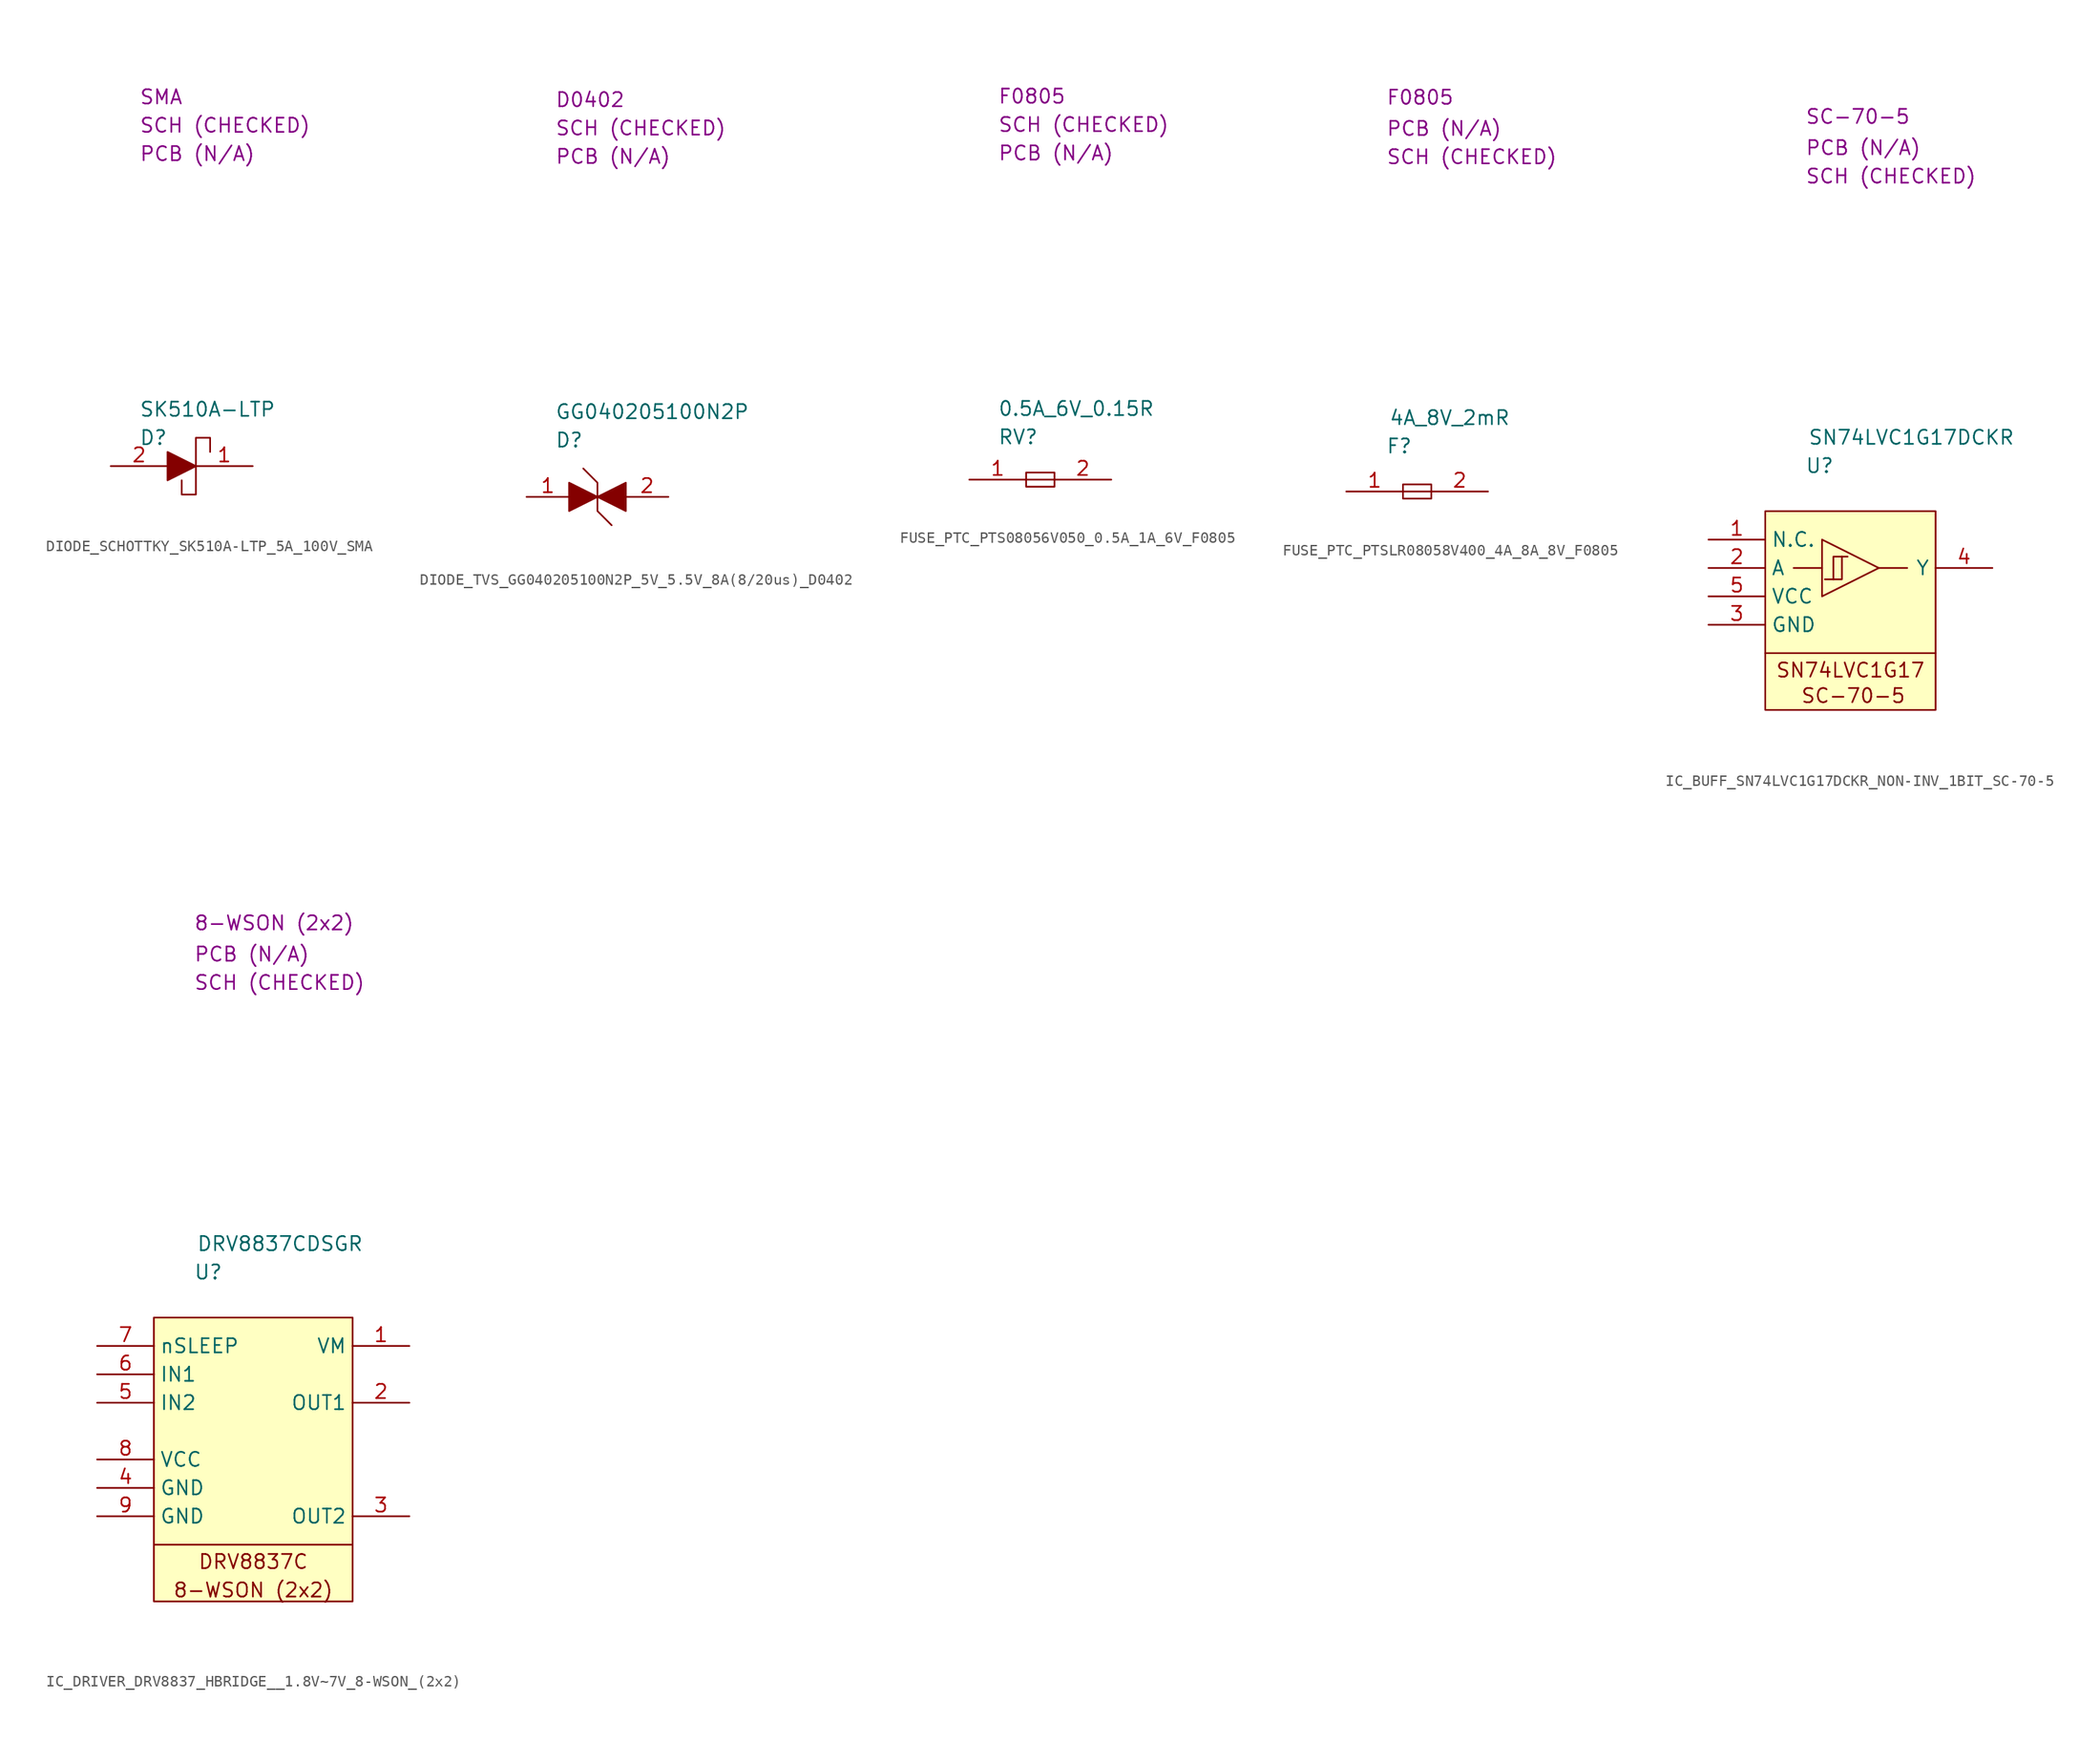
<source format=kicad_sym>
(kicad_symbol_lib
  (version 20231120)
  (generator "kicad_symbol_editor")
  (generator_version "8.0")
  (symbol "DIODE_SCHOTTKY_SK510A-LTP_5A_100V_SMA"
    (property "Reference" "D"
      (at 2.54 2.54 0)
      (effects (font (size 1.27 1.27)) (justify left)))
    (property "Value" "SK510A-LTP"
      (at 2.54 5.08 0)
      (effects (font (size 1.27 1.27)) (justify left)))
    (property "Package" "SMA"
      (at 2.54 33.02 0)
      (effects (font (size 1.27 1.27)) (justify left)))
    (property "SCH CHECK" "SCH (CHECKED)"
      (at 2.54 30.48 0)
      (effects (font (size 1.27 1.27)) (justify left)))
    (property "PCB CHECk" "PCB (N/A)"
      (at 2.54 27.94 0)
      (effects (font (size 1.27 1.27)) (justify left)))
    (symbol "DIODE_SCHOTTKY_SK510A-LTP_5A_100V_SMA_0_1"
      (polyline (pts (xy 5.08 1.27) (xy 5.08 -1.27) (xy 7.62 0) (xy 5.08 1.27)) (stroke (width 0) (type default)) (fill (type outline)))
      (polyline (pts (xy 8.89 1.27) (xy 8.89 2.54) (xy 7.62 2.54) (xy 7.62 -2.54) (xy 6.35 -2.54) (xy 6.35 -1.27)) (stroke (width 0) (type default)) (fill (type none))))
    (symbol "DIODE_SCHOTTKY_SK510A-LTP_5A_100V_SMA_1_1"
      (pin passive line (at 12.7 0 180) (length 5.08) (name "" (effects (font (size 1.27 1.27)))) (number "1" (effects (font (size 1.27 1.27)))))
      (pin passive line (at 0 0 0) (length 5.08) (name "" (effects (font (size 1.27 1.27)))) (number "2" (effects (font (size 1.27 1.27)))))))
  (symbol "DIODE_TVS_GG040205100N2P_5V_5.5V_8A(8/20us)_D0402"
    (property "Reference" "D"
      (at 2.54 5.08 0)
      (effects (font (size 1.27 1.27)) (justify left)))
    (property "Value" "GG040205100N2P"
      (at 2.54 7.62 0)
      (effects (font (size 1.27 1.27)) (justify left)))
    (property "Package" "D0402"
      (at 2.54 35.56 0)
      (effects (font (size 1.27 1.27)) (justify left)))
    (property "SCH CHECK" "SCH (CHECKED)"
      (at 2.54 33.02 0)
      (effects (font (size 1.27 1.27)) (justify left)))
    (property "PCB CHECk" "PCB (N/A)"
      (at 2.54 30.48 0)
      (effects (font (size 1.27 1.27)) (justify left)))
    (symbol "DIODE_TVS_GG040205100N2P_5V_5.5V_8A(8/20us)_D0402_0_1"
      (polyline (pts (xy 3.81 1.27) (xy 3.81 -1.27) (xy 6.35 0) (xy 3.81 1.27)) (stroke (width 0) (type default)) (fill (type outline)))
      (polyline (pts (xy 5.08 2.54) (xy 6.35 1.27) (xy 6.35 -1.27) (xy 7.62 -2.54)) (stroke (width 0) (type default)) (fill (type none)))
      (polyline (pts (xy 8.89 -1.27) (xy 8.89 1.27) (xy 6.35 0) (xy 8.89 -1.27)) (stroke (width 0) (type default)) (fill (type outline))))
    (symbol "DIODE_TVS_GG040205100N2P_5V_5.5V_8A(8/20us)_D0402_1_1"
      (pin passive line (at 0 0 0) (length 3.81) (name "" (effects (font (size 1.27 1.27)))) (number "1" (effects (font (size 1.27 1.27)))))
      (pin passive line (at 12.7 0 180) (length 3.81) (name "" (effects (font (size 1.27 1.27)))) (number "2" (effects (font (size 1.27 1.27)))))))
  (symbol "FUSE_PTC_PTS08056V050_0.5A_1A_6V_F0805"
    (property "Reference" "RV"
      (at 2.54 3.81 0)
      (effects (font (size 1.27 1.27)) (justify left)))
    (property "Value" "0.5A_6V_0.15R"
      (at 2.54 6.35 0)
      (effects (font (size 1.27 1.27)) (justify left)))
    (property "Package" "F0805"
      (at 2.54 34.29 0)
      (effects (font (size 1.27 1.27)) (justify left)))
    (property "SCH CHECK" "SCH (CHECKED)"
      (at 2.54 31.75 0)
      (effects (font (size 1.27 1.27)) (justify left)))
    (property "PCB CHECk" "PCB (N/A)"
      (at 2.54 29.21 0)
      (effects (font (size 1.27 1.27)) (justify left)))
    (symbol "FUSE_PTC_PTS08056V050_0.5A_1A_6V_F0805_0_1"
      (polyline (pts (xy 5.08 0) (xy 7.62 0)) (stroke (width 0) (type default)) (fill (type none)))
      (polyline (pts (xy 5.08 0.635) (xy 7.62 0.635) (xy 7.62 -0.635) (xy 5.08 -0.635) (xy 5.08 0.635)) (stroke (width 0) (type default)) (fill (type none))))
    (symbol "FUSE_PTC_PTS08056V050_0.5A_1A_6V_F0805_1_1"
      (pin passive line (at 0 0 0) (length 5.08) (name "" (effects (font (size 1.27 1.27)))) (number "1" (effects (font (size 1.27 1.27)))))
      (pin passive line (at 12.7 0 180) (length 5.08) (name "" (effects (font (size 1.27 1.27)))) (number "2" (effects (font (size 1.27 1.27)))))))
  (symbol "FUSE_PTC_PTSLR08058V400_4A_8A_8V_F0805"
    (property "Reference" "F"
      (at 3.556 4.064 0)
      (effects (font (size 1.27 1.27)) (justify left)))
    (property "Value" "4A_8V_2mR"
      (at 3.81 6.604 0)
      (effects (font (size 1.27 1.27)) (justify left)))
    (property "Package" "F0805"
      (at 3.556 35.306 0)
      (effects (font (size 1.27 1.27)) (justify left)))
    (property "SCH CHECK" "SCH (CHECKED)"
      (at 3.556 29.972 0)
      (effects (font (size 1.27 1.27)) (justify left)))
    (property "PCB CHECK" "PCB (N/A)"
      (at 3.556 32.512 0)
      (effects (font (size 1.27 1.27)) (justify left)))
    (symbol "FUSE_PTC_PTSLR08058V400_4A_8A_8V_F0805_0_1"
      (polyline (pts (xy 5.08 0) (xy 7.62 0)) (stroke (width 0) (type default)) (fill (type none)))
      (polyline (pts (xy 5.08 0.635) (xy 7.62 0.635) (xy 7.62 -0.635) (xy 5.08 -0.635) (xy 5.08 0.635)) (stroke (width 0) (type default)) (fill (type none))))
    (symbol "FUSE_PTC_PTSLR08058V400_4A_8A_8V_F0805_1_1"
      (pin passive line (at 0 0 0) (length 5.08) (name "" (effects (font (size 1.27 1.27)))) (number "1" (effects (font (size 1.27 1.27)))))
      (pin passive line (at 12.7 0 180) (length 5.08) (name "" (effects (font (size 1.27 1.27)))) (number "2" (effects (font (size 1.27 1.27)))))))
  (symbol "IC_BUFF_SN74LVC1G17DCKR_NON-INV_1BIT_SC-70-5"
    (property "Reference" "U"
      (at 3.556 4.064 0)
      (effects (font (size 1.27 1.27)) (justify left)))
    (property "Value" "SN74LVC1G17DCKR"
      (at 3.81 6.604 0)
      (effects (font (size 1.27 1.27)) (justify left)))
    (property "Package" "SC-70-5"
      (at 3.556 35.306 0)
      (effects (font (size 1.27 1.27)) (justify left)))
    (property "SCH CHECK" "SCH (CHECKED)"
      (at 3.556 29.972 0)
      (effects (font (size 1.27 1.27)) (justify left)))
    (property "PCB CHECK" "PCB (N/A)"
      (at 3.556 32.512 0)
      (effects (font (size 1.27 1.27)) (justify left)))
    (symbol "IC_BUFF_SN74LVC1G17DCKR_NON-INV_1BIT_SC-70-5_1_1"
      (polyline (pts (xy 0 -12.7) (xy 15.24 -12.7)) (stroke (width 0) (type default)) (fill (type none)))
      (polyline (pts (xy 5.08 -5.08) (xy 2.54 -5.08)) (stroke (width 0) (type default)) (fill (type none)))
      (polyline (pts (xy 10.16 -5.08) (xy 12.7 -5.08)) (stroke (width 0) (type default)) (fill (type none)))
      (polyline (pts (xy 6.096 -6.096) (xy 6.858 -6.096) (xy 6.858 -4.064)) (stroke (width 0) (type default)) (fill (type none)))
      (polyline (pts (xy 5.08 -2.54) (xy 5.08 -7.62) (xy 10.16 -5.08) (xy 5.08 -2.54)) (stroke (width 0) (type default)) (fill (type none)))
      (polyline (pts (xy 7.366 -4.064) (xy 6.096 -4.064) (xy 6.096 -6.096) (xy 5.334 -6.096)) (stroke (width 0) (type default)) (fill (type none)))
      (rectangle (start 0 0) (end 15.24 -17.78) (stroke (width 0) (type default)) (fill (type background)))
      (text "SC-70-5" (at 7.874 -16.51 0) (effects (font (size 1.27 1.27))))
      (text "SN74LVC1G17" (at 7.62 -14.224 0) (effects (font (size 1.27 1.27))))
      (pin passive line (at -5.08 -2.54 0) (length 5.08) (name "N.C." (effects (font (size 1.27 1.27)))) (number "1" (effects (font (size 1.27 1.27)))))
      (pin passive line (at -5.08 -5.08 0) (length 5.08) (name "A" (effects (font (size 1.27 1.27)))) (number "2" (effects (font (size 1.27 1.27)))))
      (pin passive line (at -5.08 -10.16 0) (length 5.08) (name "GND" (effects (font (size 1.27 1.27)))) (number "3" (effects (font (size 1.27 1.27)))))
      (pin passive line (at 20.32 -5.08 180) (length 5.08) (name "Y" (effects (font (size 1.27 1.27)))) (number "4" (effects (font (size 1.27 1.27)))))
      (pin passive line (at -5.08 -7.62 0) (length 5.08) (name "VCC" (effects (font (size 1.27 1.27)))) (number "5" (effects (font (size 1.27 1.27)))))))
  (symbol "IC_DRIVER_DRV8837_HBRIDGE__1.8V~7V_8-WSON_(2x2)"
    (property "Reference" "U"
      (at 3.556 4.064 0)
      (effects (font (size 1.27 1.27)) (justify left)))
    (property "Value" "DRV8837CDSGR"
      (at 3.81 6.604 0)
      (effects (font (size 1.27 1.27)) (justify left)))
    (property "Package" "8-WSON (2x2) "
      (at 3.556 35.306 0)
      (effects (font (size 1.27 1.27)) (justify left)))
    (property "SCH CHECK" "SCH (CHECKED)"
      (at 3.556 29.972 0)
      (effects (font (size 1.27 1.27)) (justify left)))
    (property "PCB CHECK" "PCB (N/A)"
      (at 3.556 32.512 0)
      (effects (font (size 1.27 1.27)) (justify left)))
    (symbol "IC_DRIVER_DRV8837_HBRIDGE__1.8V~7V_8-WSON_(2x2)_1_1"
      (polyline (pts (xy 0 -20.32) (xy 17.78 -20.32)) (stroke (width 0) (type default)) (fill (type none)))
      (rectangle (start 0 0) (end 17.78 -25.4) (stroke (width 0) (type default)) (fill (type background)))
      (text "8-WSON (2x2)" (at 8.89 -24.384 0) (effects (font (size 1.27 1.27))))
      (text "DRV8837C" (at 8.89 -21.844 0) (effects (font (size 1.27 1.27))))
      (pin passive line (at 22.86 -2.54 180) (length 5.08) (name "VM" (effects (font (size 1.27 1.27)))) (number "1" (effects (font (size 1.27 1.27)))))
      (pin passive line (at 22.86 -7.62 180) (length 5.08) (name "OUT1" (effects (font (size 1.27 1.27)))) (number "2" (effects (font (size 1.27 1.27)))))
      (pin passive line (at 22.86 -17.78 180) (length 5.08) (name "OUT2" (effects (font (size 1.27 1.27)))) (number "3" (effects (font (size 1.27 1.27)))))
      (pin passive line (at -5.08 -15.24 0) (length 5.08) (name "GND" (effects (font (size 1.27 1.27)))) (number "4" (effects (font (size 1.27 1.27)))))
      (pin passive line (at -5.08 -7.62 0) (length 5.08) (name "IN2" (effects (font (size 1.27 1.27)))) (number "5" (effects (font (size 1.27 1.27)))))
      (pin passive line (at -5.08 -5.08 0) (length 5.08) (name "IN1" (effects (font (size 1.27 1.27)))) (number "6" (effects (font (size 1.27 1.27)))))
      (pin passive line (at -5.08 -2.54 0) (length 5.08) (name "nSLEEP" (effects (font (size 1.27 1.27)))) (number "7" (effects (font (size 1.27 1.27)))))
      (pin passive line (at -5.08 -12.7 0) (length 5.08) (name "VCC" (effects (font (size 1.27 1.27)))) (number "8" (effects (font (size 1.27 1.27)))))
      (pin passive line (at -5.08 -17.78 0) (length 5.08) (name "GND" (effects (font (size 1.27 1.27)))) (number "9" (effects (font (size 1.27 1.27))))))))
</source>
